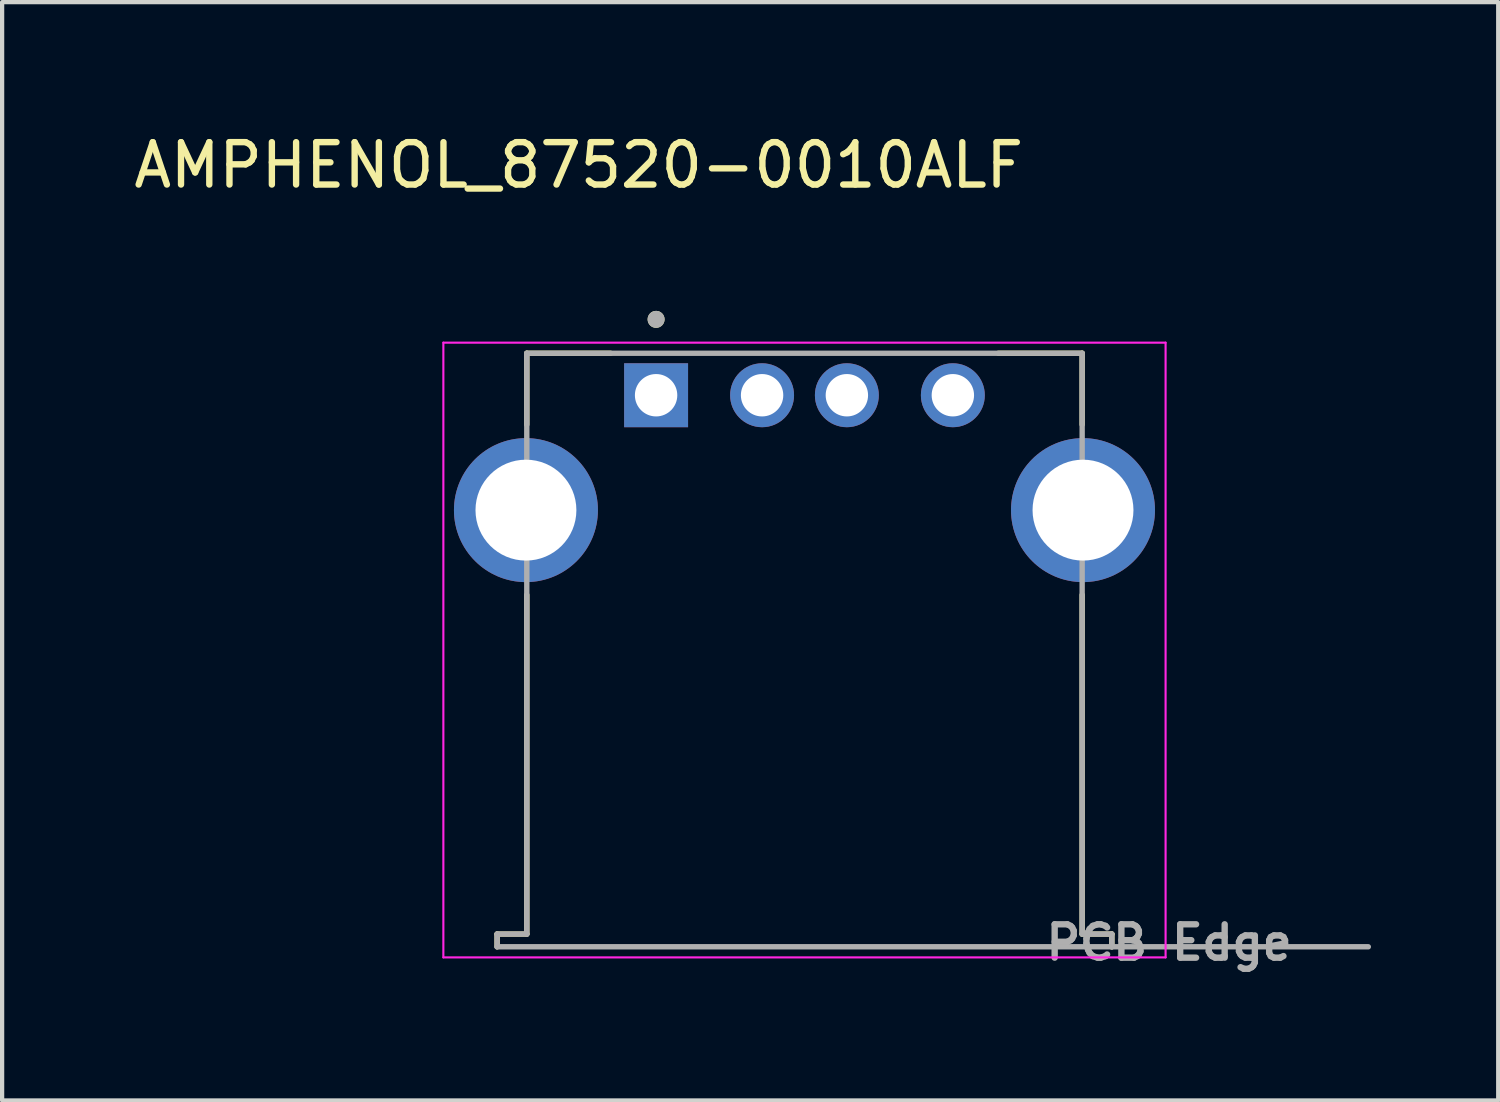
<source format=kicad_pcb>
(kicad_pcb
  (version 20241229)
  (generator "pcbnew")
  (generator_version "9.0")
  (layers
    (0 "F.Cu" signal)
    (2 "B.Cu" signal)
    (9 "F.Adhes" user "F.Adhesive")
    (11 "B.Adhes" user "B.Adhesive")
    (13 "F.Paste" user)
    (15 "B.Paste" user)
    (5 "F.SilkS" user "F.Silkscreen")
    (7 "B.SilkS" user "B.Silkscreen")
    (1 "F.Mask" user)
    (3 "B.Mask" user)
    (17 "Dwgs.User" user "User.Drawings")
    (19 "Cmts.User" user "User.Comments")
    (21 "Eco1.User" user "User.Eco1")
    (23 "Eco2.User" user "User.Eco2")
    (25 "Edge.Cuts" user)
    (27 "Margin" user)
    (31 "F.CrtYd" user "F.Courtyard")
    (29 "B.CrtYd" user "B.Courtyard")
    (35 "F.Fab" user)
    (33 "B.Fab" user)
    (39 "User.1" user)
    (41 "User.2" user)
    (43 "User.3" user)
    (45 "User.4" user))
  (footprint "AMPHENOL_87520-0010ALF"
    (layer "F.Cu")
    (at 15.926 8.983)
    (property "Reference" "AMPHENOL_87520-0010ALF" (at -5.325 -8.135 0) (layer "F.SilkS") (effects (font (size 1 1) (thickness 0.15))))
    (attr through_hole)
    (fp_line (start -7.25 10.3) (end -7.25 10) (stroke (width 0.127) (type solid)) (layer "F.SilkS"))
    (fp_line (start -6.55 -3.7) (end -4.574 -3.7) (stroke (width 0.127) (type solid)) (layer "F.SilkS"))
    (fp_line (start -6.55 -2.018) (end -6.55 -3.7) (stroke (width 0.127) (type solid)) (layer "F.SilkS"))
    (fp_line (start -6.55 2) (end -6.55 10) (stroke (width 0.127) (type solid)) (layer "F.SilkS"))
    (fp_line (start -6.55 10) (end -7.25 10) (stroke (width 0.127) (type solid)) (layer "F.SilkS"))
    (fp_line (start 4.574 -3.7) (end 6.55 -3.7) (stroke (width 0.127) (type solid)) (layer "F.SilkS"))
    (fp_line (start 6.55 -3.7) (end 6.55 -2.018) (stroke (width 0.127) (type solid)) (layer "F.SilkS"))
    (fp_line (start 6.55 2) (end 6.55 10) (stroke (width 0.127) (type solid)) (layer "F.SilkS"))
    (fp_line (start 6.55 10) (end 7.25 10) (stroke (width 0.127) (type solid)) (layer "F.SilkS"))
    (fp_line (start 7.25 10.3) (end 7.25 10) (stroke (width 0.127) (type solid)) (layer "F.SilkS"))
    (fp_circle (center -3.5 -4.5) (end -3.4 -4.5) (stroke (width 0.2) (type solid)) (fill no) (layer "F.SilkS"))
    (fp_line (start -8.518 -3.95) (end -8.518 10.55) (stroke (width 0.05) (type solid)) (layer "F.CrtYd"))
    (fp_line (start -8.518 10.55) (end 8.518 10.55) (stroke (width 0.05) (type solid)) (layer "F.CrtYd"))
    (fp_line (start 8.518 -3.95) (end -8.518 -3.95) (stroke (width 0.05) (type solid)) (layer "F.CrtYd"))
    (fp_line (start 8.518 10.55) (end 8.518 -3.95) (stroke (width 0.05) (type solid)) (layer "F.CrtYd"))
    (fp_line (start -7.25 10) (end -6.55 10) (stroke (width 0.127) (type solid)) (layer "F.Fab"))
    (fp_line (start -7.25 10.3) (end -7.25 10) (stroke (width 0.127) (type solid)) (layer "F.Fab"))
    (fp_line (start -7.25 10.3) (end 7.25 10.3) (stroke (width 0.127) (type solid)) (layer "F.Fab"))
    (fp_line (start -6.55 -3.7) (end 6.55 -3.7) (stroke (width 0.127) (type solid)) (layer "F.Fab"))
    (fp_line (start -6.55 10) (end -6.55 -3.7) (stroke (width 0.127) (type solid)) (layer "F.Fab"))
    (fp_line (start 6.55 10) (end 6.55 -3.7) (stroke (width 0.127) (type solid)) (layer "F.Fab"))
    (fp_line (start 7.25 10) (end 6.55 10) (stroke (width 0.127) (type solid)) (layer "F.Fab"))
    (fp_line (start 7.25 10) (end 7.25 10.3) (stroke (width 0.127) (type solid)) (layer "F.Fab"))
    (fp_line (start 7.25 10.3) (end 13.3 10.3) (stroke (width 0.127) (type solid)) (layer "F.Fab"))
    (fp_circle (center -3.5 -4.5) (end -3.4 -4.5) (stroke (width 0.2) (type solid)) (fill no) (layer "F.Fab"))
    (fp_text user "PCB Edge" (at 8.6 10.2 0) (layer "F.Fab") (effects (font (size 0.787 0.787) (thickness 0.15))))
    (pad "1" thru_hole rect (at -3.5 -2.71) (size 1.508 1.508) (drill 1) (layers "*.Cu" "*.Mask"))
    (pad "2" thru_hole circle (at -1 -2.71) (size 1.508 1.508) (drill 1) (layers "*.Cu" "*.Mask"))
    (pad "3" thru_hole circle (at 1 -2.71) (size 1.508 1.508) (drill 1) (layers "*.Cu" "*.Mask"))
    (pad "4" thru_hole circle (at 3.5 -2.71) (size 1.508 1.508) (drill 1) (layers "*.Cu" "*.Mask"))
    (pad "SH1" thru_hole circle (at -6.57 0) (size 3.396 3.396) (drill 2.38) (layers "*.Cu" "*.Mask"))
    (pad "SH2" thru_hole circle (at 6.57 0) (size 3.396 3.396) (drill 2.38) (layers "*.Cu" "*.Mask")))
  (gr_rect
    (start -3 -3)
    (end 32.29 22.907)
    (stroke (width 0.1) (type default))
    (fill no)
    (layer "Edge.Cuts")))
</source>
